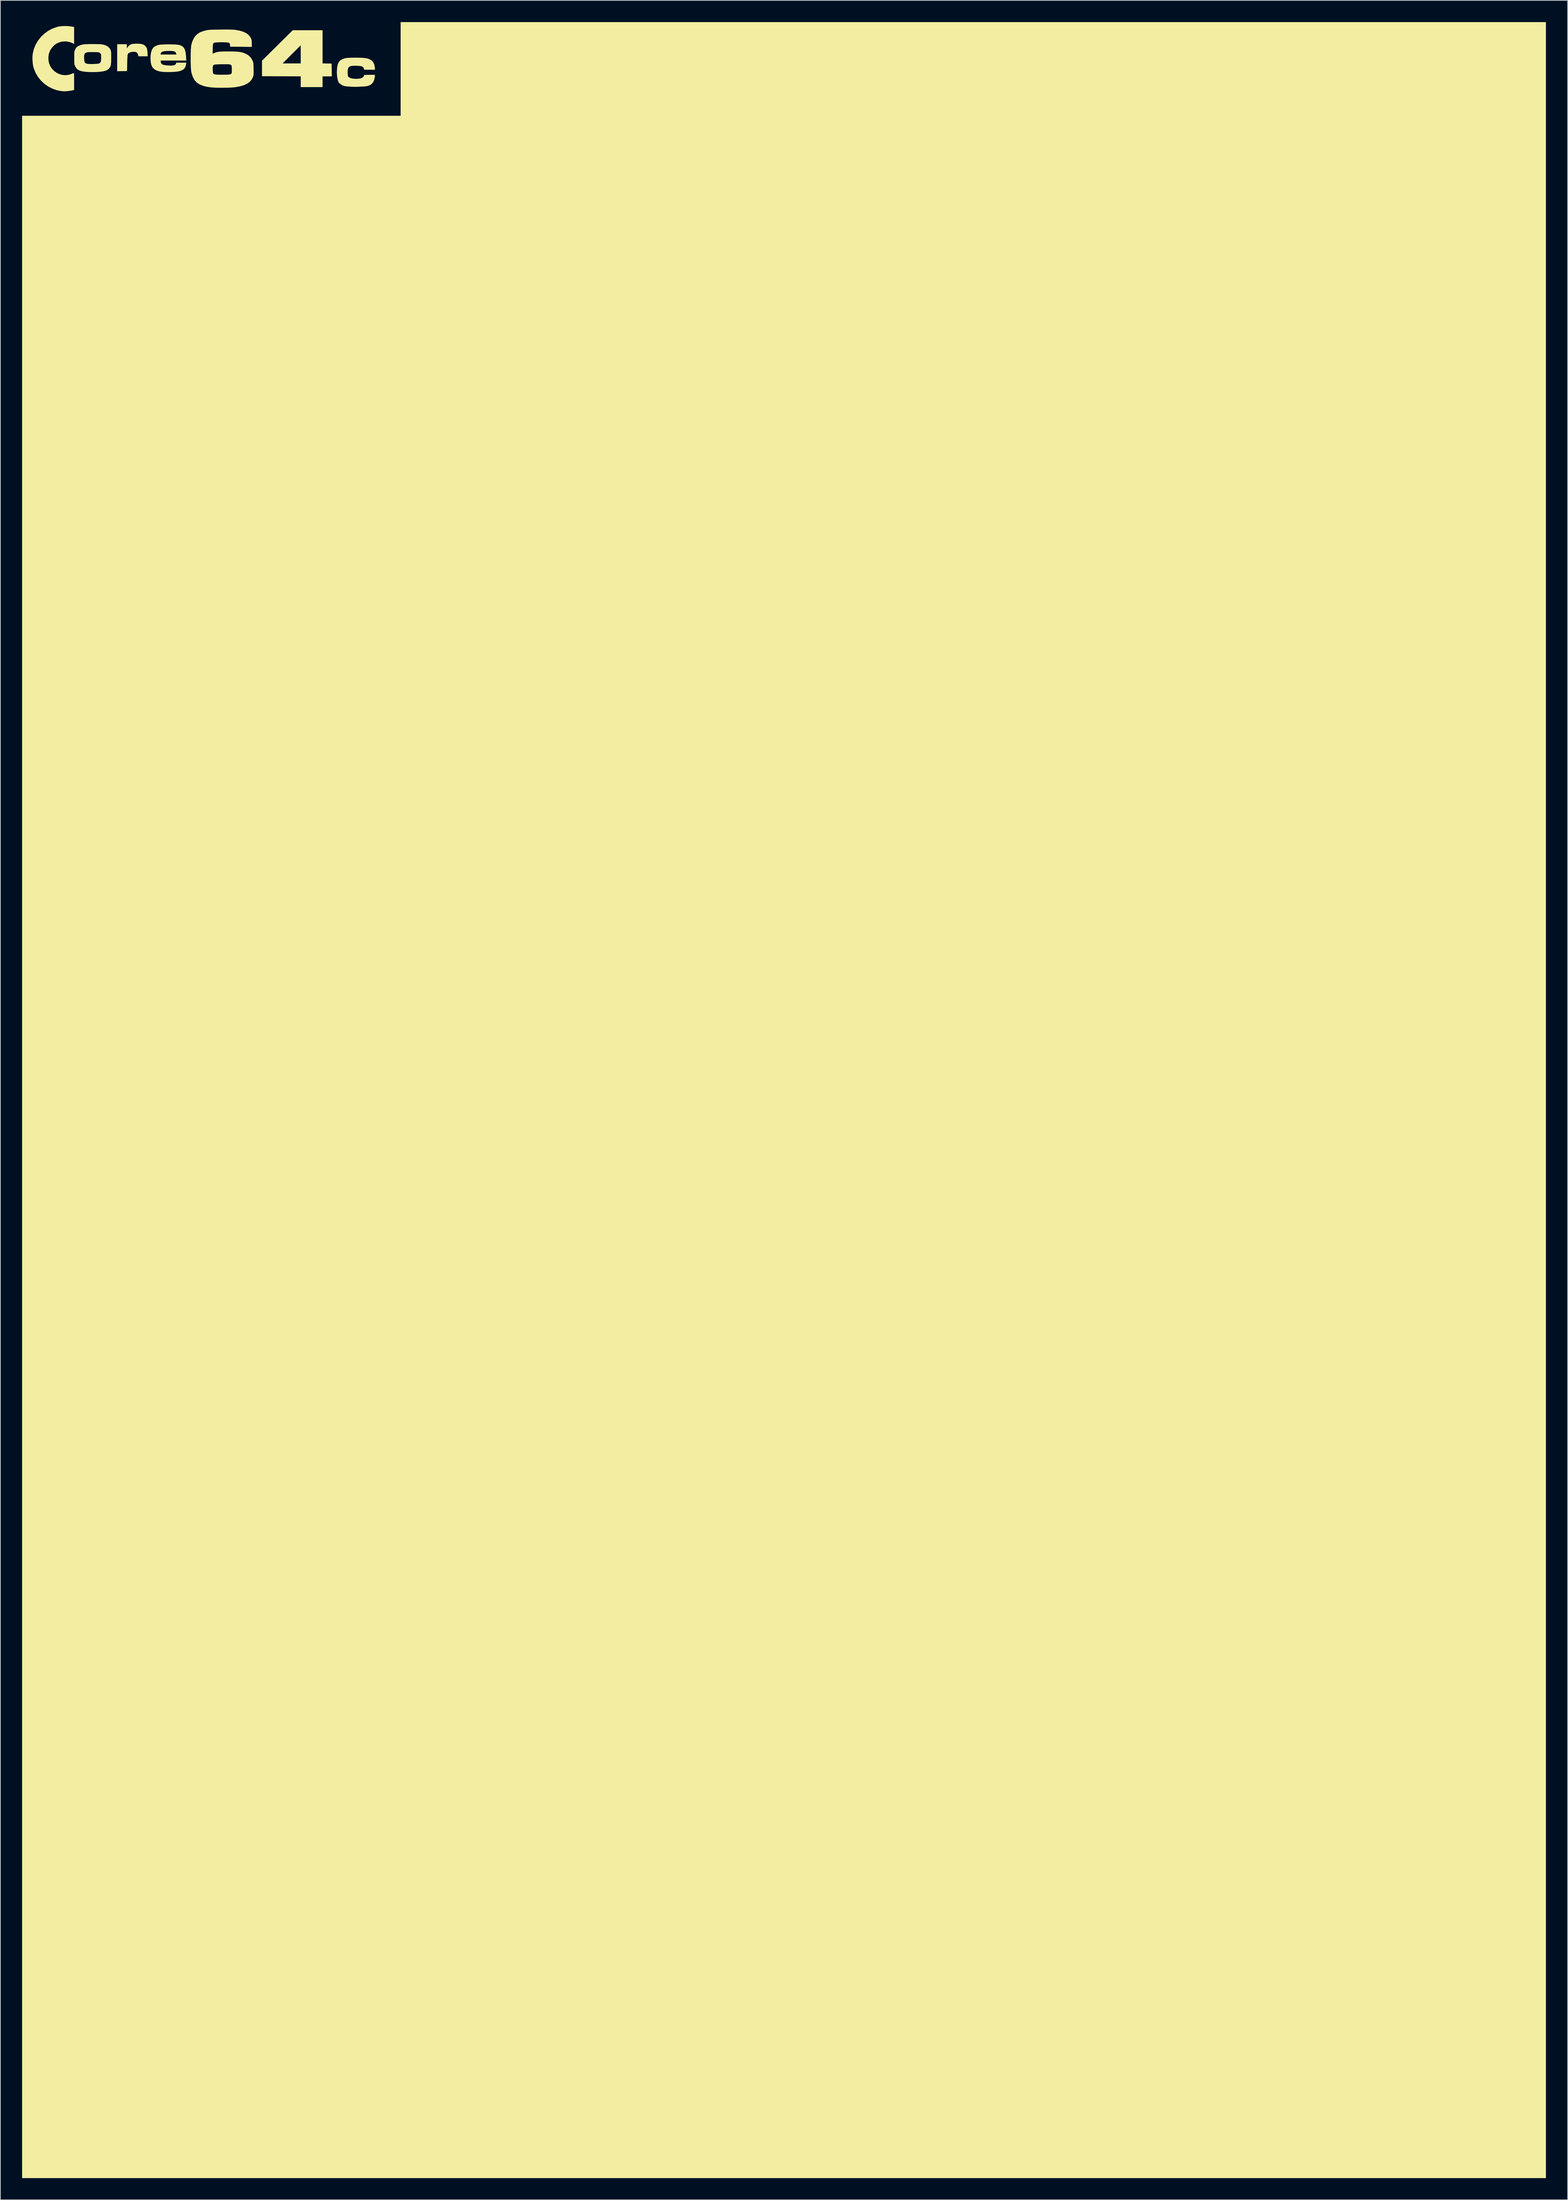
<source format=kicad_pcb>
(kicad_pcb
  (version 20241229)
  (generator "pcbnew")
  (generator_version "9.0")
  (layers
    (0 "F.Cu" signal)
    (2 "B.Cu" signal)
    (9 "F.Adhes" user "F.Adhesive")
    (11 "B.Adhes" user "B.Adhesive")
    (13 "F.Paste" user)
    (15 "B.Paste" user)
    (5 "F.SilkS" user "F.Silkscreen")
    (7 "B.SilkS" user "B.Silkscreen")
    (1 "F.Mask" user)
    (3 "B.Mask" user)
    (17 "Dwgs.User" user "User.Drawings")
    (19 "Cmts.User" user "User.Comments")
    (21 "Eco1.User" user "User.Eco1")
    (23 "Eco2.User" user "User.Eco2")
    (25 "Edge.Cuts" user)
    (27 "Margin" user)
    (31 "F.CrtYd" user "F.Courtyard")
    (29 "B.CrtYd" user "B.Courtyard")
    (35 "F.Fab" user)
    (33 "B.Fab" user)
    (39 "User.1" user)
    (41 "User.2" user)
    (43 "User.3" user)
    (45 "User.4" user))
  (footprint "Core64c_Logo"
    (layer "F.Cu")
    (at 105.219 148.791)
    (property "Reference" "Core64c_Logo" (at 0 0 0) (layer "F.SilkS") (effects (font (size 1.524 1.524) (thickness 0.3))))
    (attr through_hole)
    (fp_poly (pts (xy 105.214 148.786) (xy -105.214 148.786) (xy -105.214 -135.857) (xy -52.938 -135.857) (xy -52.938 -148.786) (xy 105.214 -148.786) (xy 105.214 148.786)) (stroke (width 0.01) (type solid)) (fill yes) (layer "F.SilkS"))
    (fp_poly (pts (xy -63.729 -143.088) (xy -63.106 -143.074) (xy -62.482 -143.06) (xy -62.468 -142.181) (xy -62.454 -141.303) (xy -63.729 -141.303) (xy -63.729 -139.827) (xy -66.732 -139.827) (xy -66.732 -141.303) (xy -69.409 -141.316) (xy -72.085 -141.329) (xy -72.082 -142.398) (xy -72.08 -143.085) (xy -69.251 -143.085) (xy -66.732 -143.085) (xy -66.732 -144.332) (xy -66.733 -144.676) (xy -66.734 -144.984) (xy -66.736 -145.242) (xy -66.739 -145.435) (xy -66.743 -145.551) (xy -66.745 -145.579) (xy -66.783 -145.544) (xy -66.884 -145.446) (xy -67.041 -145.292) (xy -67.245 -145.09) (xy -67.487 -144.849) (xy -67.76 -144.577) (xy -68.005 -144.332) (xy -69.251 -143.085) (xy -72.08 -143.085) (xy -72.08 -143.467) (xy -69.957 -145.566) (xy -67.835 -147.666) (xy -63.729 -147.666) (xy -63.729 -143.088)) (stroke (width 0.01) (type solid)) (fill yes) (layer "F.SilkS"))
    (fp_poly (pts (xy -89.034 -145.797) (xy -88.74 -145.763) (xy -88.511 -145.698) (xy -88.329 -145.599) (xy -88.175 -145.459) (xy -88.166 -145.449) (xy -88.053 -145.293) (xy -87.976 -145.11) (xy -87.927 -144.878) (xy -87.901 -144.574) (xy -87.897 -144.485) (xy -87.882 -144.078) (xy -89.146 -144.078) (xy -89.201 -144.307) (xy -89.284 -144.503) (xy -89.425 -144.631) (xy -89.635 -144.694) (xy -89.92 -144.698) (xy -90.222 -144.649) (xy -90.453 -144.554) (xy -90.603 -144.417) (xy -90.616 -144.395) (xy -90.642 -144.306) (xy -90.664 -144.135) (xy -90.682 -143.875) (xy -90.697 -143.523) (xy -90.707 -143.161) (xy -90.732 -142.041) (xy -92.081 -142.013) (xy -92.081 -145.732) (xy -90.758 -145.732) (xy -90.758 -145.157) (xy -90.606 -145.367) (xy -90.463 -145.537) (xy -90.307 -145.658) (xy -90.118 -145.738) (xy -89.876 -145.785) (xy -89.561 -145.804) (xy -89.409 -145.806) (xy -89.034 -145.797)) (stroke (width 0.01) (type solid)) (fill yes) (layer "F.SilkS"))
    (fp_poly (pts (xy -98.783 -148.224) (xy -98.44 -148.182) (xy -98.431 -148.181) (xy -98.037 -148.11) (xy -98.037 -145.781) (xy -98.253 -145.891) (xy -98.685 -146.056) (xy -99.143 -146.131) (xy -99.609 -146.116) (xy -100.066 -146.011) (xy -100.493 -145.818) (xy -100.497 -145.816) (xy -100.725 -145.648) (xy -100.961 -145.417) (xy -101.177 -145.155) (xy -101.342 -144.895) (xy -101.367 -144.845) (xy -101.512 -144.464) (xy -101.583 -144.072) (xy -101.588 -143.634) (xy -101.587 -143.609) (xy -101.511 -143.156) (xy -101.35 -142.741) (xy -101.115 -142.372) (xy -100.817 -142.056) (xy -100.468 -141.8) (xy -100.078 -141.609) (xy -99.66 -141.493) (xy -99.224 -141.457) (xy -98.782 -141.509) (xy -98.404 -141.63) (xy -98.242 -141.696) (xy -98.119 -141.744) (xy -98.064 -141.762) (xy -98.056 -141.713) (xy -98.049 -141.577) (xy -98.044 -141.367) (xy -98.04 -141.099) (xy -98.037 -140.786) (xy -98.037 -140.595) (xy -98.037 -139.428) (xy -98.38 -139.352) (xy -98.873 -139.272) (xy -99.364 -139.244) (xy -99.772 -139.267) (xy -100.428 -139.397) (xy -101.05 -139.616) (xy -101.63 -139.919) (xy -102.16 -140.297) (xy -102.631 -140.745) (xy -103.035 -141.253) (xy -103.363 -141.817) (xy -103.607 -142.427) (xy -103.639 -142.534) (xy -103.711 -142.867) (xy -103.759 -143.262) (xy -103.781 -143.682) (xy -103.775 -144.088) (xy -103.74 -144.444) (xy -103.739 -144.446) (xy -103.588 -145.076) (xy -103.345 -145.673) (xy -103.019 -146.23) (xy -102.618 -146.738) (xy -102.151 -147.188) (xy -101.625 -147.572) (xy -101.048 -147.882) (xy -100.428 -148.107) (xy -100.242 -148.156) (xy -99.936 -148.207) (xy -99.567 -148.236) (xy -99.17 -148.242) (xy -98.783 -148.224)) (stroke (width 0.01) (type solid)) (fill yes) (layer "F.SilkS"))
    (fp_poly (pts (xy -84.551 -145.712) (xy -84.19 -145.699) (xy -83.871 -145.677) (xy -83.615 -145.647) (xy -83.456 -145.613) (xy -83.195 -145.508) (xy -82.99 -145.364) (xy -82.833 -145.169) (xy -82.719 -144.913) (xy -82.641 -144.583) (xy -82.592 -144.168) (xy -82.584 -144.052) (xy -82.548 -143.492) (xy -86.075 -143.492) (xy -86.075 -143.367) (xy -86.051 -143.183) (xy -85.974 -143.041) (xy -85.833 -142.937) (xy -85.619 -142.864) (xy -85.322 -142.818) (xy -85.045 -142.797) (xy -84.677 -142.787) (xy -84.397 -142.801) (xy -84.195 -142.842) (xy -84.06 -142.913) (xy -83.98 -143.016) (xy -83.971 -143.038) (xy -83.915 -143.187) (xy -82.549 -143.187) (xy -82.581 -142.951) (xy -82.66 -142.64) (xy -82.808 -142.393) (xy -83.031 -142.204) (xy -83.335 -142.066) (xy -83.616 -141.993) (xy -83.869 -141.956) (xy -84.197 -141.927) (xy -84.572 -141.908) (xy -84.966 -141.899) (xy -85.354 -141.902) (xy -85.706 -141.916) (xy -85.771 -141.921) (xy -86.254 -141.99) (xy -86.654 -142.116) (xy -86.97 -142.299) (xy -87.203 -142.541) (xy -87.353 -142.84) (xy -87.369 -142.893) (xy -87.447 -143.276) (xy -87.481 -143.692) (xy -87.472 -144.112) (xy -87.448 -144.307) (xy -86.117 -144.307) (xy -83.893 -144.307) (xy -83.94 -144.472) (xy -83.992 -144.596) (xy -84.074 -144.689) (xy -84.199 -144.753) (xy -84.38 -144.793) (xy -84.63 -144.812) (xy -84.961 -144.814) (xy -85.179 -144.808) (xy -85.501 -144.79) (xy -85.736 -144.753) (xy -85.9 -144.693) (xy -86.006 -144.603) (xy -86.07 -144.478) (xy -86.081 -144.443) (xy -86.117 -144.307) (xy -87.448 -144.307) (xy -87.422 -144.509) (xy -87.331 -144.854) (xy -87.27 -145) (xy -87.118 -145.235) (xy -86.907 -145.416) (xy -86.623 -145.557) (xy -86.457 -145.614) (xy -86.272 -145.651) (xy -86.008 -145.68) (xy -85.683 -145.701) (xy -85.318 -145.713) (xy -84.934 -145.716) (xy -84.551 -145.712)) (stroke (width 0.01) (type solid)) (fill yes) (layer "F.SilkS"))
    (fp_poly (pts (xy -58.684 -143.873) (xy -58.313 -143.858) (xy -57.984 -143.835) (xy -57.72 -143.803) (xy -57.607 -143.781) (xy -57.232 -143.657) (xy -56.94 -143.477) (xy -56.727 -143.237) (xy -56.587 -142.93) (xy -56.518 -142.559) (xy -56.486 -142.22) (xy -57.957 -142.22) (xy -58.021 -142.398) (xy -58.086 -142.528) (xy -58.182 -142.623) (xy -58.324 -142.69) (xy -58.528 -142.733) (xy -58.809 -142.758) (xy -59.021 -142.767) (xy -59.411 -142.77) (xy -59.712 -142.748) (xy -59.936 -142.693) (xy -60.091 -142.596) (xy -60.191 -142.449) (xy -60.245 -142.245) (xy -60.266 -141.975) (xy -60.267 -141.863) (xy -60.259 -141.643) (xy -60.239 -141.451) (xy -60.21 -141.321) (xy -60.203 -141.303) (xy -60.08 -141.161) (xy -59.871 -141.057) (xy -59.571 -140.989) (xy -59.315 -140.964) (xy -58.886 -140.958) (xy -58.537 -140.999) (xy -58.272 -141.087) (xy -58.093 -141.219) (xy -58.006 -141.385) (xy -57.991 -141.432) (xy -57.965 -141.465) (xy -57.911 -141.487) (xy -57.812 -141.499) (xy -57.654 -141.505) (xy -57.42 -141.507) (xy -57.232 -141.507) (xy -56.488 -141.507) (xy -56.522 -141.189) (xy -56.593 -140.843) (xy -56.721 -140.542) (xy -56.897 -140.305) (xy -57.008 -140.211) (xy -57.212 -140.088) (xy -57.429 -140.001) (xy -57.685 -139.944) (xy -58.003 -139.91) (xy -58.232 -139.898) (xy -58.489 -139.887) (xy -58.729 -139.877) (xy -58.922 -139.868) (xy -59.021 -139.863) (xy -59.152 -139.861) (xy -59.356 -139.864) (xy -59.605 -139.872) (xy -59.861 -139.883) (xy -60.13 -139.9) (xy -60.384 -139.924) (xy -60.595 -139.951) (xy -60.726 -139.977) (xy -61.005 -140.085) (xy -61.257 -140.239) (xy -61.449 -140.419) (xy -61.482 -140.463) (xy -61.58 -140.666) (xy -61.658 -140.95) (xy -61.713 -141.295) (xy -61.74 -141.683) (xy -61.743 -141.838) (xy -61.727 -142.327) (xy -61.677 -142.728) (xy -61.586 -143.052) (xy -61.448 -143.309) (xy -61.259 -143.508) (xy -61.012 -143.659) (xy -60.702 -143.773) (xy -60.661 -143.785) (xy -60.465 -143.821) (xy -60.188 -143.849) (xy -59.85 -143.868) (xy -59.473 -143.878) (xy -59.078 -143.88) (xy -58.684 -143.873)) (stroke (width 0.01) (type solid)) (fill yes) (layer "F.SilkS"))
    (fp_poly (pts (xy -95.258 -145.756) (xy -94.887 -145.749) (xy -94.549 -145.736) (xy -94.268 -145.716) (xy -94.065 -145.689) (xy -94.055 -145.688) (xy -93.674 -145.574) (xy -93.366 -145.404) (xy -93.137 -145.182) (xy -93.051 -145.045) (xy -93.005 -144.949) (xy -92.971 -144.861) (xy -92.948 -144.761) (xy -92.933 -144.631) (xy -92.925 -144.454) (xy -92.922 -144.212) (xy -92.921 -143.887) (xy -92.921 -143.874) (xy -92.924 -143.489) (xy -92.934 -143.19) (xy -92.955 -142.959) (xy -92.991 -142.779) (xy -93.045 -142.635) (xy -93.121 -142.509) (xy -93.222 -142.384) (xy -93.238 -142.366) (xy -93.396 -142.224) (xy -93.59 -142.122) (xy -93.742 -142.069) (xy -94.057 -141.995) (xy -94.452 -141.94) (xy -94.908 -141.905) (xy -95.406 -141.892) (xy -95.926 -141.901) (xy -96.209 -141.915) (xy -96.661 -141.958) (xy -97.026 -142.024) (xy -97.315 -142.12) (xy -97.542 -142.252) (xy -97.718 -142.425) (xy -97.857 -142.644) (xy -97.867 -142.664) (xy -97.919 -142.773) (xy -97.957 -142.869) (xy -97.983 -142.971) (xy -97.999 -143.098) (xy -98.007 -143.268) (xy -98.011 -143.5) (xy -98.011 -143.814) (xy -98.011 -143.848) (xy -98.011 -144.085) (xy -96.657 -144.085) (xy -96.656 -143.82) (xy -96.654 -143.771) (xy -96.637 -143.499) (xy -96.6 -143.31) (xy -96.533 -143.184) (xy -96.427 -143.101) (xy -96.27 -143.042) (xy -96.264 -143.041) (xy -96.125 -143.018) (xy -95.917 -143.005) (xy -95.664 -143) (xy -95.39 -143.003) (xy -95.119 -143.013) (xy -94.876 -143.03) (xy -94.686 -143.052) (xy -94.571 -143.081) (xy -94.568 -143.082) (xy -94.45 -143.162) (xy -94.369 -143.279) (xy -94.321 -143.449) (xy -94.299 -143.692) (xy -94.296 -143.881) (xy -94.297 -144.106) (xy -94.307 -144.255) (xy -94.33 -144.353) (xy -94.372 -144.426) (xy -94.437 -144.496) (xy -94.493 -144.55) (xy -94.55 -144.589) (xy -94.625 -144.615) (xy -94.735 -144.632) (xy -94.899 -144.642) (xy -95.134 -144.649) (xy -95.353 -144.654) (xy -95.756 -144.658) (xy -96.068 -144.647) (xy -96.301 -144.611) (xy -96.466 -144.545) (xy -96.572 -144.44) (xy -96.632 -144.289) (xy -96.657 -144.085) (xy -98.011 -144.085) (xy -98.011 -144.172) (xy -98.007 -144.413) (xy -97.999 -144.59) (xy -97.983 -144.722) (xy -97.958 -144.828) (xy -97.922 -144.926) (xy -97.876 -145.028) (xy -97.776 -145.214) (xy -97.664 -145.341) (xy -97.503 -145.453) (xy -97.472 -145.471) (xy -97.264 -145.567) (xy -97.014 -145.65) (xy -96.844 -145.69) (xy -96.636 -145.717) (xy -96.352 -145.737) (xy -96.012 -145.75) (xy -95.64 -145.756) (xy -95.258 -145.756)) (stroke (width 0.01) (type solid)) (fill yes) (layer "F.SilkS"))
    (fp_poly (pts (xy -76.779 -147.76) (xy -76.364 -147.753) (xy -76.04 -147.739) (xy -75.814 -147.72) (xy -75.806 -147.719) (xy -75.218 -147.616) (xy -74.72 -147.471) (xy -74.31 -147.284) (xy -73.984 -147.051) (xy -73.739 -146.772) (xy -73.624 -146.572) (xy -73.562 -146.423) (xy -73.525 -146.272) (xy -73.507 -146.087) (xy -73.503 -145.846) (xy -73.502 -145.374) (xy -74.991 -145.388) (xy -76.48 -145.401) (xy -76.496 -145.618) (xy -76.513 -145.75) (xy -76.552 -145.848) (xy -76.626 -145.919) (xy -76.748 -145.966) (xy -76.93 -145.994) (xy -77.185 -146.008) (xy -77.528 -146.012) (xy -77.597 -146.012) (xy -77.977 -146.009) (xy -78.269 -146.001) (xy -78.484 -145.984) (xy -78.636 -145.957) (xy -78.738 -145.918) (xy -78.804 -145.864) (xy -78.839 -145.805) (xy -78.864 -145.698) (xy -78.883 -145.51) (xy -78.895 -145.262) (xy -78.898 -145.041) (xy -78.898 -144.406) (xy -78.756 -144.479) (xy -78.592 -144.556) (xy -78.423 -144.617) (xy -78.233 -144.662) (xy -78.009 -144.695) (xy -77.736 -144.717) (xy -77.399 -144.729) (xy -76.984 -144.734) (xy -76.684 -144.734) (xy -76.197 -144.731) (xy -75.796 -144.72) (xy -75.464 -144.701) (xy -75.187 -144.671) (xy -74.947 -144.627) (xy -74.729 -144.568) (xy -74.516 -144.491) (xy -74.303 -144.399) (xy -73.938 -144.178) (xy -73.643 -143.885) (xy -73.416 -143.516) (xy -73.409 -143.501) (xy -73.359 -143.389) (xy -73.322 -143.284) (xy -73.297 -143.168) (xy -73.28 -143.02) (xy -73.269 -142.822) (xy -73.261 -142.554) (xy -73.256 -142.347) (xy -73.251 -142.023) (xy -73.251 -141.781) (xy -73.258 -141.601) (xy -73.273 -141.462) (xy -73.297 -141.345) (xy -73.334 -141.23) (xy -73.353 -141.178) (xy -73.537 -140.83) (xy -73.809 -140.53) (xy -74.17 -140.278) (xy -74.62 -140.075) (xy -75.16 -139.919) (xy -75.789 -139.811) (xy -76.098 -139.778) (xy -76.399 -139.758) (xy -76.772 -139.745) (xy -77.192 -139.737) (xy -77.634 -139.734) (xy -78.073 -139.738) (xy -78.484 -139.747) (xy -78.841 -139.762) (xy -79.101 -139.781) (xy -79.701 -139.867) (xy -80.228 -140.003) (xy -80.678 -140.185) (xy -81.044 -140.413) (xy -81.206 -140.555) (xy -81.433 -140.841) (xy -81.627 -141.209) (xy -81.782 -141.642) (xy -81.832 -141.838) (xy -81.866 -142.045) (xy -81.893 -142.335) (xy -81.898 -142.418) (xy -78.898 -142.418) (xy -78.898 -142.272) (xy -78.89 -141.982) (xy -78.866 -141.787) (xy -78.829 -141.687) (xy -78.765 -141.629) (xy -78.659 -141.586) (xy -78.501 -141.554) (xy -78.279 -141.534) (xy -77.982 -141.524) (xy -77.599 -141.522) (xy -77.419 -141.524) (xy -77.085 -141.529) (xy -76.837 -141.536) (xy -76.659 -141.548) (xy -76.535 -141.566) (xy -76.449 -141.591) (xy -76.388 -141.623) (xy -76.327 -141.667) (xy -76.287 -141.718) (xy -76.264 -141.796) (xy -76.254 -141.923) (xy -76.251 -142.121) (xy -76.251 -142.243) (xy -76.255 -142.515) (xy -76.275 -142.704) (xy -76.316 -142.826) (xy -76.388 -142.9) (xy -76.497 -142.943) (xy -76.571 -142.959) (xy -76.673 -142.968) (xy -76.857 -142.974) (xy -77.105 -142.977) (xy -77.396 -142.977) (xy -77.709 -142.974) (xy -78.086 -142.967) (xy -78.374 -142.957) (xy -78.584 -142.936) (xy -78.729 -142.897) (xy -78.821 -142.833) (xy -78.871 -142.737) (xy -78.893 -142.601) (xy -78.898 -142.418) (xy -81.898 -142.418) (xy -81.914 -142.69) (xy -81.928 -143.091) (xy -81.935 -143.52) (xy -81.936 -143.959) (xy -81.93 -144.389) (xy -81.918 -144.793) (xy -81.898 -145.153) (xy -81.873 -145.45) (xy -81.84 -145.665) (xy -81.836 -145.686) (xy -81.696 -146.144) (xy -81.508 -146.547) (xy -81.281 -146.877) (xy -81.152 -147.012) (xy -80.945 -147.188) (xy -80.733 -147.326) (xy -80.489 -147.44) (xy -80.187 -147.543) (xy -79.972 -147.603) (xy -79.831 -147.64) (xy -79.702 -147.669) (xy -79.57 -147.692) (xy -79.423 -147.71) (xy -79.247 -147.723) (xy -79.026 -147.733) (xy -78.749 -147.741) (xy -78.4 -147.748) (xy -77.966 -147.754) (xy -77.867 -147.756) (xy -77.282 -147.761) (xy -76.779 -147.76)) (stroke (width 0.01) (type solid)) (fill yes) (layer "F.SilkS")))
  (gr_rect
    (start -3 -3)
    (end 213.438 300.582)
    (stroke (width 0.1) (type default))
    (fill no)
    (layer "Edge.Cuts")))
</source>
